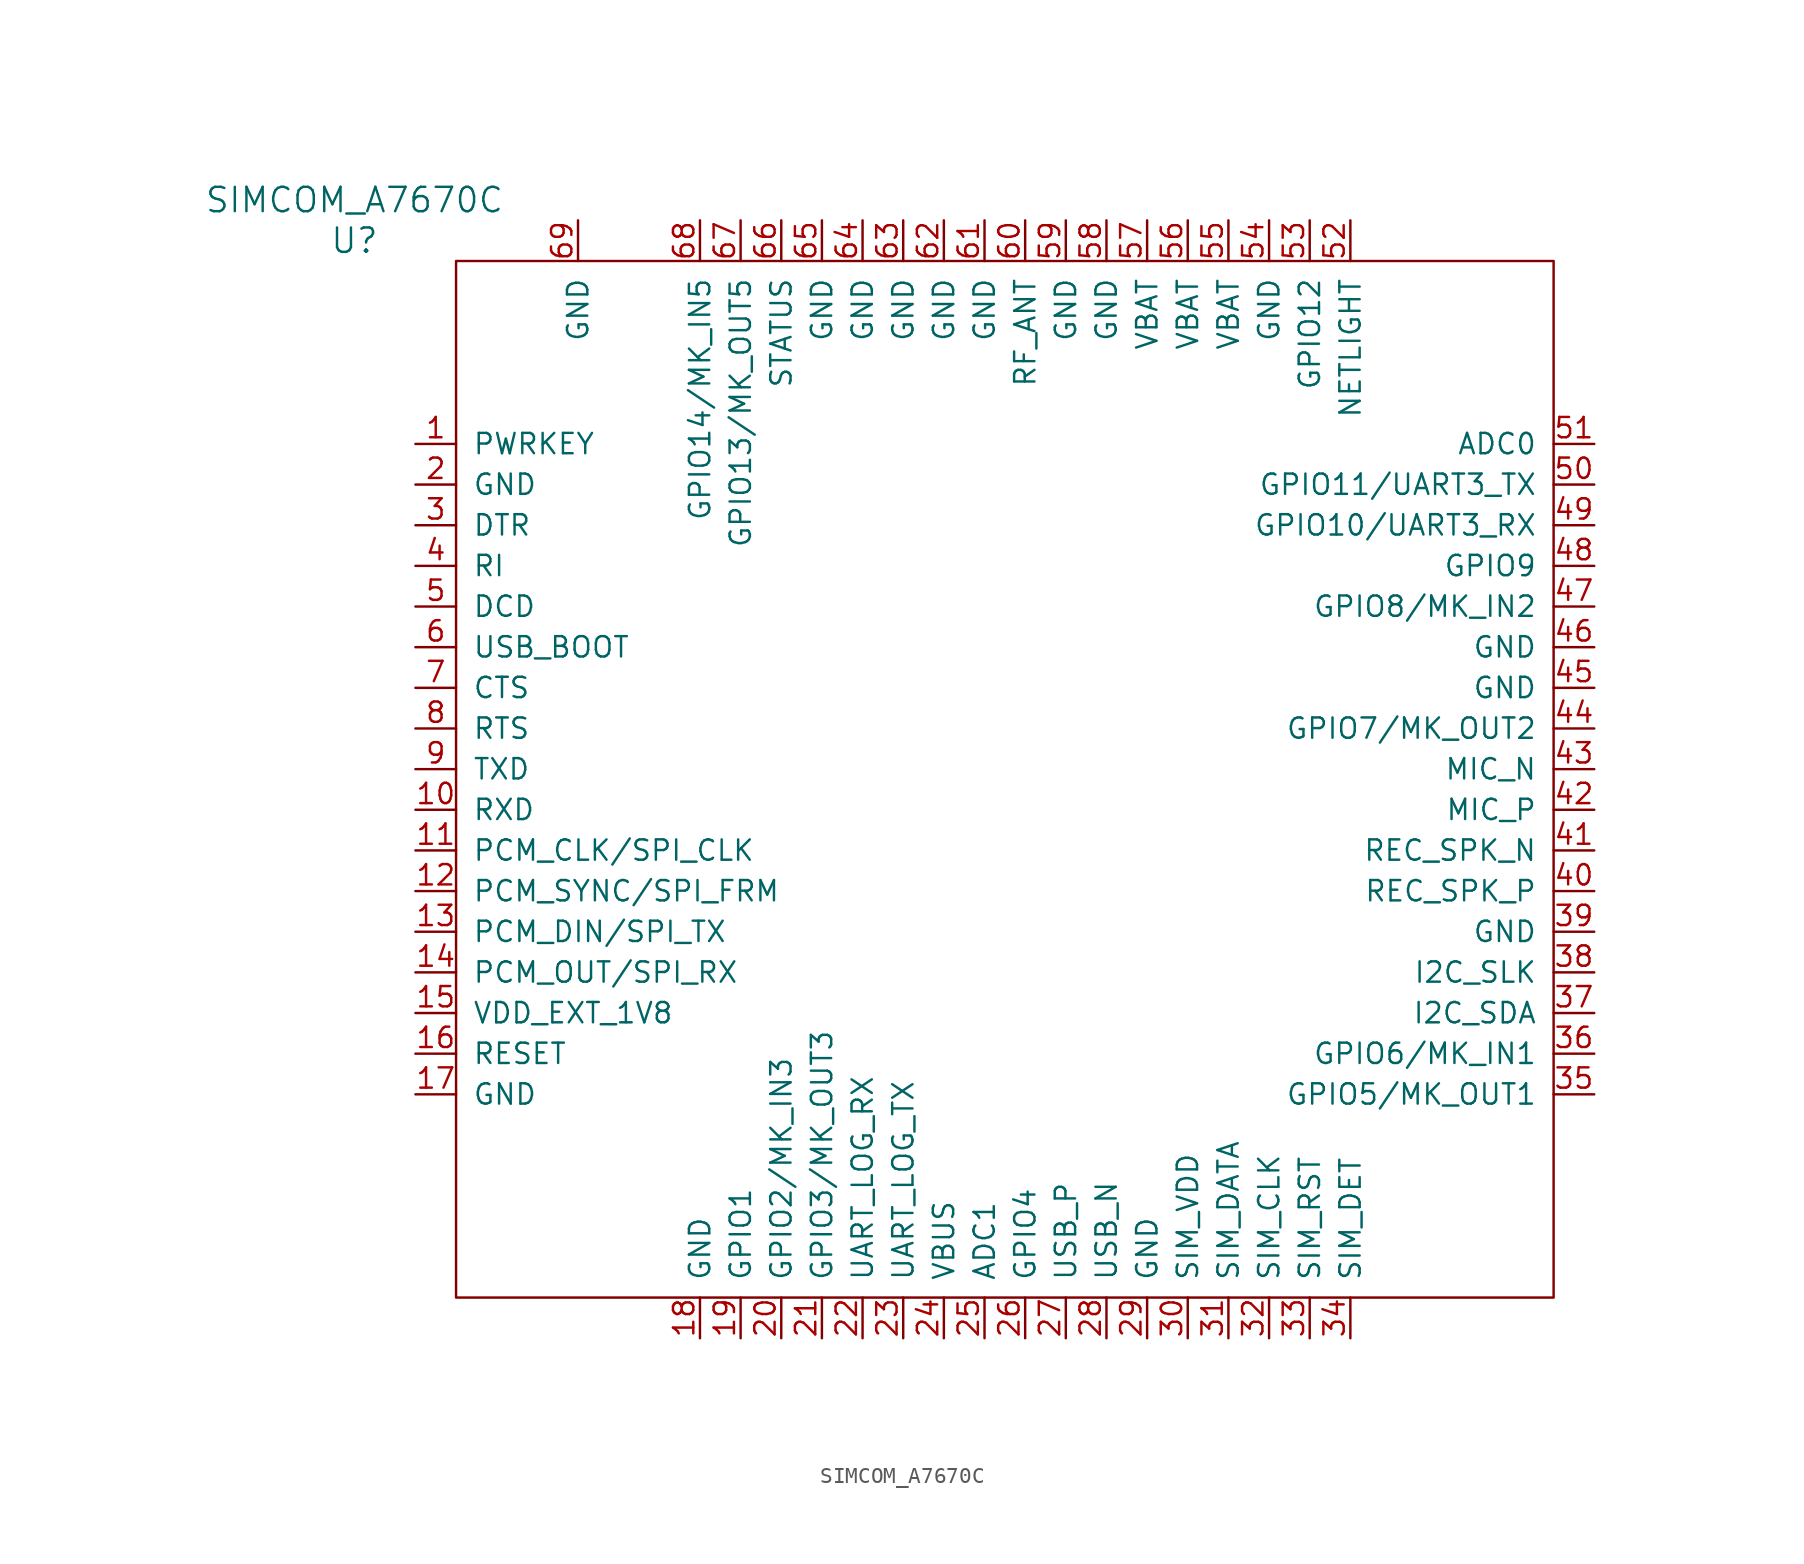
<source format=kicad_sym>
(kicad_symbol_lib
  (version 20220914)
  (generator kicad_symbol_editor)
  (symbol "SIMCOM_A7670C"
    (pin_names
      (offset 1.016))
    (property "Reference" "U"
      (at -6.35 1.27 0)
      (effects (font (size 1.524 1.524))))
    (property "Value" "SIMCOM_A7670C"
      (at -6.35 3.81 0)
      (effects (font (size 1.524 1.524))))
    (symbol "SIMCOM_A7670C_0_1"
      (rectangle (start 0 0) (end 68.58 -64.77) (stroke (width 0) (type default)) (fill (type none))))
    (symbol "SIMCOM_A7670C_1_1"
      (pin input line (at -2.54 -11.43 0) (length 2.54) (name "PWRKEY" (effects (font (size 1.27 1.27)))) (number "1" (effects (font (size 1.27 1.27)))))
      (pin bidirectional line (at -2.54 -34.29 0) (length 2.54) (name "RXD" (effects (font (size 1.27 1.27)))) (number "10" (effects (font (size 1.27 1.27)))))
      (pin bidirectional line (at -2.54 -36.83 0) (length 2.54) (name "PCM_CLK/SPI_CLK" (effects (font (size 1.27 1.27)))) (number "11" (effects (font (size 1.27 1.27)))))
      (pin bidirectional line (at -2.54 -39.37 0) (length 2.54) (name "PCM_SYNC/SPI_FRM" (effects (font (size 1.27 1.27)))) (number "12" (effects (font (size 1.27 1.27)))))
      (pin bidirectional line (at -2.54 -41.91 0) (length 2.54) (name "PCM_DIN/SPI_TX" (effects (font (size 1.27 1.27)))) (number "13" (effects (font (size 1.27 1.27)))))
      (pin bidirectional line (at -2.54 -44.45 0) (length 2.54) (name "PCM_OUT/SPI_RX" (effects (font (size 1.27 1.27)))) (number "14" (effects (font (size 1.27 1.27)))))
      (pin power_out line (at -2.54 -46.99 0) (length 2.54) (name "VDD_EXT_1V8" (effects (font (size 1.27 1.27)))) (number "15" (effects (font (size 1.27 1.27)))))
      (pin input line (at -2.54 -49.53 0) (length 2.54) (name "RESET" (effects (font (size 1.27 1.27)))) (number "16" (effects (font (size 1.27 1.27)))))
      (pin power_in line (at -2.54 -52.07 0) (length 2.54) (name "GND" (effects (font (size 1.27 1.27)))) (number "17" (effects (font (size 1.27 1.27)))))
      (pin power_in line (at 15.24 -67.31 90) (length 2.54) (name "GND" (effects (font (size 1.27 1.27)))) (number "18" (effects (font (size 1.27 1.27)))))
      (pin bidirectional line (at 17.78 -67.31 90) (length 2.54) (name "GPIO1" (effects (font (size 1.27 1.27)))) (number "19" (effects (font (size 1.27 1.27)))))
      (pin power_in line (at -2.54 -13.97 0) (length 2.54) (name "GND" (effects (font (size 1.27 1.27)))) (number "2" (effects (font (size 1.27 1.27)))))
      (pin bidirectional line (at 20.32 -67.31 90) (length 2.54) (name "GPIO2/MK_IN3" (effects (font (size 1.27 1.27)))) (number "20" (effects (font (size 1.27 1.27)))))
      (pin bidirectional line (at 22.86 -67.31 90) (length 2.54) (name "GPIO3/MK_OUT3" (effects (font (size 1.27 1.27)))) (number "21" (effects (font (size 1.27 1.27)))))
      (pin bidirectional line (at 25.4 -67.31 90) (length 2.54) (name "UART_LOG_RX" (effects (font (size 1.27 1.27)))) (number "22" (effects (font (size 1.27 1.27)))))
      (pin bidirectional line (at 27.94 -67.31 90) (length 2.54) (name "UART_LOG_TX" (effects (font (size 1.27 1.27)))) (number "23" (effects (font (size 1.27 1.27)))))
      (pin input line (at 30.48 -67.31 90) (length 2.54) (name "VBUS" (effects (font (size 1.27 1.27)))) (number "24" (effects (font (size 1.27 1.27)))))
      (pin passive line (at 33.02 -67.31 90) (length 2.54) (name "ADC1" (effects (font (size 1.27 1.27)))) (number "25" (effects (font (size 1.27 1.27)))))
      (pin bidirectional line (at 35.56 -67.31 90) (length 2.54) (name "GPIO4" (effects (font (size 1.27 1.27)))) (number "26" (effects (font (size 1.27 1.27)))))
      (pin bidirectional line (at 38.1 -67.31 90) (length 2.54) (name "USB_P" (effects (font (size 1.27 1.27)))) (number "27" (effects (font (size 1.27 1.27)))))
      (pin bidirectional line (at 40.64 -67.31 90) (length 2.54) (name "USB_N" (effects (font (size 1.27 1.27)))) (number "28" (effects (font (size 1.27 1.27)))))
      (pin power_in line (at 43.18 -67.31 90) (length 2.54) (name "GND" (effects (font (size 1.27 1.27)))) (number "29" (effects (font (size 1.27 1.27)))))
      (pin bidirectional line (at -2.54 -16.51 0) (length 2.54) (name "DTR" (effects (font (size 1.27 1.27)))) (number "3" (effects (font (size 1.27 1.27)))))
      (pin power_out line (at 45.72 -67.31 90) (length 2.54) (name "SIM_VDD" (effects (font (size 1.27 1.27)))) (number "30" (effects (font (size 1.27 1.27)))))
      (pin bidirectional line (at 48.26 -67.31 90) (length 2.54) (name "SIM_DATA" (effects (font (size 1.27 1.27)))) (number "31" (effects (font (size 1.27 1.27)))))
      (pin bidirectional line (at 50.8 -67.31 90) (length 2.54) (name "SIM_CLK" (effects (font (size 1.27 1.27)))) (number "32" (effects (font (size 1.27 1.27)))))
      (pin bidirectional line (at 53.34 -67.31 90) (length 2.54) (name "SIM_RST" (effects (font (size 1.27 1.27)))) (number "33" (effects (font (size 1.27 1.27)))))
      (pin bidirectional line (at 55.88 -67.31 90) (length 2.54) (name "SIM_DET" (effects (font (size 1.27 1.27)))) (number "34" (effects (font (size 1.27 1.27)))))
      (pin bidirectional line (at 71.12 -52.07 180) (length 2.54) (name "GPIO5/MK_OUT1" (effects (font (size 1.27 1.27)))) (number "35" (effects (font (size 1.27 1.27)))))
      (pin bidirectional line (at 71.12 -49.53 180) (length 2.54) (name "GPIO6/MK_IN1" (effects (font (size 1.27 1.27)))) (number "36" (effects (font (size 1.27 1.27)))))
      (pin bidirectional line (at 71.12 -46.99 180) (length 2.54) (name "I2C_SDA" (effects (font (size 1.27 1.27)))) (number "37" (effects (font (size 1.27 1.27)))))
      (pin bidirectional line (at 71.12 -44.45 180) (length 2.54) (name "I2C_SLK" (effects (font (size 1.27 1.27)))) (number "38" (effects (font (size 1.27 1.27)))))
      (pin power_in line (at 71.12 -41.91 180) (length 2.54) (name "GND" (effects (font (size 1.27 1.27)))) (number "39" (effects (font (size 1.27 1.27)))))
      (pin bidirectional line (at -2.54 -19.05 0) (length 2.54) (name "RI" (effects (font (size 1.27 1.27)))) (number "4" (effects (font (size 1.27 1.27)))))
      (pin passive line (at 71.12 -39.37 180) (length 2.54) (name "REC_SPK_P" (effects (font (size 1.27 1.27)))) (number "40" (effects (font (size 1.27 1.27)))))
      (pin passive line (at 71.12 -36.83 180) (length 2.54) (name "REC_SPK_N" (effects (font (size 1.27 1.27)))) (number "41" (effects (font (size 1.27 1.27)))))
      (pin passive line (at 71.12 -34.29 180) (length 2.54) (name "MIC_P" (effects (font (size 1.27 1.27)))) (number "42" (effects (font (size 1.27 1.27)))))
      (pin passive line (at 71.12 -31.75 180) (length 2.54) (name "MIC_N" (effects (font (size 1.27 1.27)))) (number "43" (effects (font (size 1.27 1.27)))))
      (pin passive line (at 71.12 -29.21 180) (length 2.54) (name "GPIO7/MK_OUT2" (effects (font (size 1.27 1.27)))) (number "44" (effects (font (size 1.27 1.27)))))
      (pin power_in line (at 71.12 -26.67 180) (length 2.54) (name "GND" (effects (font (size 1.27 1.27)))) (number "45" (effects (font (size 1.27 1.27)))))
      (pin power_in line (at 71.12 -24.13 180) (length 2.54) (name "GND" (effects (font (size 1.27 1.27)))) (number "46" (effects (font (size 1.27 1.27)))))
      (pin bidirectional line (at 71.12 -21.59 180) (length 2.54) (name "GPIO8/MK_IN2" (effects (font (size 1.27 1.27)))) (number "47" (effects (font (size 1.27 1.27)))))
      (pin bidirectional line (at 71.12 -19.05 180) (length 2.54) (name "GPIO9" (effects (font (size 1.27 1.27)))) (number "48" (effects (font (size 1.27 1.27)))))
      (pin bidirectional line (at 71.12 -16.51 180) (length 2.54) (name "GPIO10/UART3_RX" (effects (font (size 1.27 1.27)))) (number "49" (effects (font (size 1.27 1.27)))))
      (pin bidirectional line (at -2.54 -21.59 0) (length 2.54) (name "DCD" (effects (font (size 1.27 1.27)))) (number "5" (effects (font (size 1.27 1.27)))))
      (pin bidirectional line (at 71.12 -13.97 180) (length 2.54) (name "GPIO11/UART3_TX" (effects (font (size 1.27 1.27)))) (number "50" (effects (font (size 1.27 1.27)))))
      (pin passive line (at 71.12 -11.43 180) (length 2.54) (name "ADC0" (effects (font (size 1.27 1.27)))) (number "51" (effects (font (size 1.27 1.27)))))
      (pin output line (at 55.88 2.54 270) (length 2.54) (name "NETLIGHT" (effects (font (size 1.27 1.27)))) (number "52" (effects (font (size 1.27 1.27)))))
      (pin bidirectional line (at 53.34 2.54 270) (length 2.54) (name "GPIO12" (effects (font (size 1.27 1.27)))) (number "53" (effects (font (size 1.27 1.27)))))
      (pin power_in line (at 50.8 2.54 270) (length 2.54) (name "GND" (effects (font (size 1.27 1.27)))) (number "54" (effects (font (size 1.27 1.27)))))
      (pin power_in line (at 48.26 2.54 270) (length 2.54) (name "VBAT" (effects (font (size 1.27 1.27)))) (number "55" (effects (font (size 1.27 1.27)))))
      (pin power_in line (at 45.72 2.54 270) (length 2.54) (name "VBAT" (effects (font (size 1.27 1.27)))) (number "56" (effects (font (size 1.27 1.27)))))
      (pin power_in line (at 43.18 2.54 270) (length 2.54) (name "VBAT" (effects (font (size 1.27 1.27)))) (number "57" (effects (font (size 1.27 1.27)))))
      (pin power_in line (at 40.64 2.54 270) (length 2.54) (name "GND" (effects (font (size 1.27 1.27)))) (number "58" (effects (font (size 1.27 1.27)))))
      (pin power_in line (at 38.1 2.54 270) (length 2.54) (name "GND" (effects (font (size 1.27 1.27)))) (number "59" (effects (font (size 1.27 1.27)))))
      (pin input line (at -2.54 -24.13 0) (length 2.54) (name "USB_BOOT" (effects (font (size 1.27 1.27)))) (number "6" (effects (font (size 1.27 1.27)))))
      (pin passive line (at 35.56 2.54 270) (length 2.54) (name "RF_ANT" (effects (font (size 1.27 1.27)))) (number "60" (effects (font (size 1.27 1.27)))))
      (pin power_in line (at 33.02 2.54 270) (length 2.54) (name "GND" (effects (font (size 1.27 1.27)))) (number "61" (effects (font (size 1.27 1.27)))))
      (pin power_in line (at 30.48 2.54 270) (length 2.54) (name "GND" (effects (font (size 1.27 1.27)))) (number "62" (effects (font (size 1.27 1.27)))))
      (pin power_in line (at 27.94 2.54 270) (length 2.54) (name "GND" (effects (font (size 1.27 1.27)))) (number "63" (effects (font (size 1.27 1.27)))))
      (pin power_in line (at 25.4 2.54 270) (length 2.54) (name "GND" (effects (font (size 1.27 1.27)))) (number "64" (effects (font (size 1.27 1.27)))))
      (pin power_in line (at 22.86 2.54 270) (length 2.54) (name "GND" (effects (font (size 1.27 1.27)))) (number "65" (effects (font (size 1.27 1.27)))))
      (pin output line (at 20.32 2.54 270) (length 2.54) (name "STATUS" (effects (font (size 1.27 1.27)))) (number "66" (effects (font (size 1.27 1.27)))))
      (pin bidirectional line (at 17.78 2.54 270) (length 2.54) (name "GPIO13/MK_OUT5" (effects (font (size 1.27 1.27)))) (number "67" (effects (font (size 1.27 1.27)))))
      (pin bidirectional line (at 15.24 2.54 270) (length 2.54) (name "GPIO14/MK_IN5" (effects (font (size 1.27 1.27)))) (number "68" (effects (font (size 1.27 1.27)))))
      (pin power_in line (at 7.62 2.54 270) (length 2.54) (name "GND" (effects (font (size 1.27 1.27)))) (number "69" (effects (font (size 1.27 1.27)))))
      (pin bidirectional line (at -2.54 -26.67 0) (length 2.54) (name "CTS" (effects (font (size 1.27 1.27)))) (number "7" (effects (font (size 1.27 1.27)))))
      (pin bidirectional line (at -2.54 -29.21 0) (length 2.54) (name "RTS" (effects (font (size 1.27 1.27)))) (number "8" (effects (font (size 1.27 1.27)))))
      (pin bidirectional line (at -2.54 -31.75 0) (length 2.54) (name "TXD" (effects (font (size 1.27 1.27)))) (number "9" (effects (font (size 1.27 1.27))))))))
</source>
